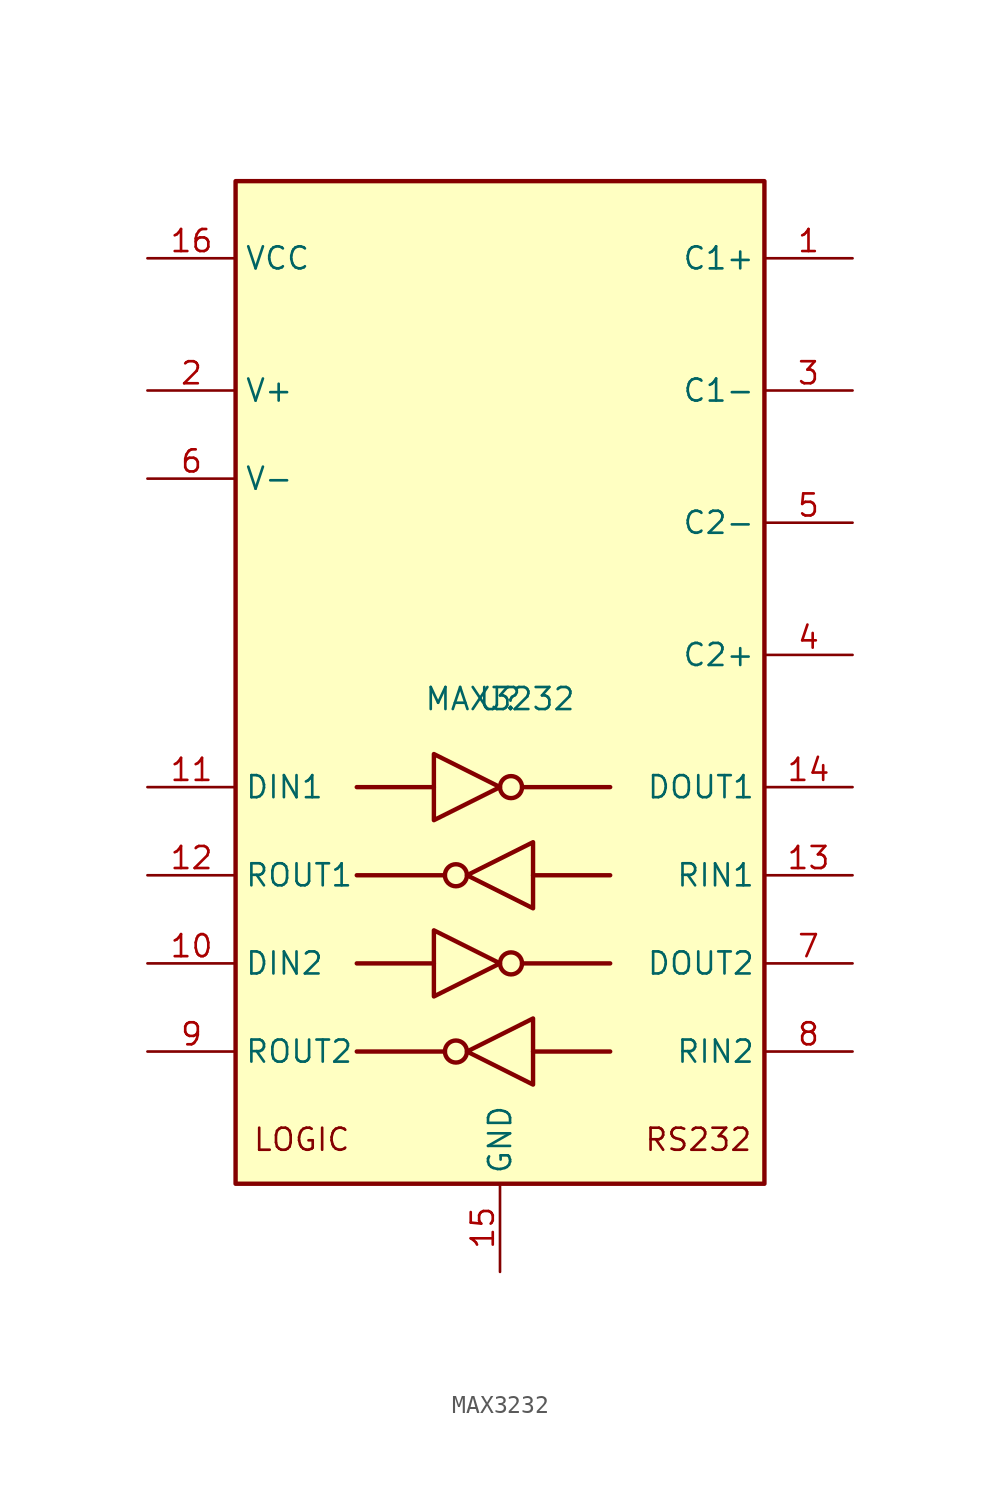
<source format=kicad_sym>
(kicad_symbol_lib
  (version 20211014)
  (generator kicad_symbol_editor)
  (symbol "MAX3232"
    (property "Reference" "U"
      (at 0 -2.54 0)
      (effects (font (size 1.27 1.27))))
    (property "Value" "MAX3232"
      (at 0 -2.54 0)
      (effects (font (size 1.27 1.27))))
    (symbol "MAX3232_0_0"
      (text "LOGIC" (at -11.43 -27.94 0) (effects (font (size 1.27 1.27))))
      (text "RS232" (at 11.43 -27.94 0) (effects (font (size 1.27 1.27)))))
    (symbol "MAX3232_0_1"
      (rectangle (start -15.24 27.305) (end 15.24 -30.48) (stroke (width 0.254) (type default) (color 0 0 0 0)) (fill (type background)))
      (circle (center -2.54 -22.86) (radius 0.635) (stroke (width 0.254) (type default) (color 0 0 0 0)) (fill (type none)))
      (circle (center -2.54 -12.7) (radius 0.635) (stroke (width 0.254) (type default) (color 0 0 0 0)) (fill (type none)))
      (polyline (pts (xy -3.81 -17.78) (xy -8.255 -17.78)) (stroke (width 0.254) (type default) (color 0 0 0 0)) (fill (type none)))
      (polyline (pts (xy -3.81 -7.62) (xy -8.255 -7.62)) (stroke (width 0.254) (type default) (color 0 0 0 0)) (fill (type none)))
      (polyline (pts (xy -3.175 -22.86) (xy -8.255 -22.86)) (stroke (width 0.254) (type default) (color 0 0 0 0)) (fill (type none)))
      (polyline (pts (xy -3.175 -12.7) (xy -8.255 -12.7)) (stroke (width 0.254) (type default) (color 0 0 0 0)) (fill (type none)))
      (polyline (pts (xy 1.27 -17.78) (xy 6.35 -17.78)) (stroke (width 0.254) (type default) (color 0 0 0 0)) (fill (type none)))
      (polyline (pts (xy 1.27 -7.62) (xy 6.35 -7.62)) (stroke (width 0.254) (type default) (color 0 0 0 0)) (fill (type none)))
      (polyline (pts (xy 1.905 -22.86) (xy 6.35 -22.86)) (stroke (width 0.254) (type default) (color 0 0 0 0)) (fill (type none)))
      (polyline (pts (xy 1.905 -12.7) (xy 6.35 -12.7)) (stroke (width 0.254) (type default) (color 0 0 0 0)) (fill (type none)))
      (polyline (pts (xy -3.81 -15.875) (xy -3.81 -19.685) (xy 0 -17.78) (xy -3.81 -15.875)) (stroke (width 0.254) (type default) (color 0 0 0 0)) (fill (type none)))
      (polyline (pts (xy -3.81 -5.715) (xy -3.81 -9.525) (xy 0 -7.62) (xy -3.81 -5.715)) (stroke (width 0.254) (type default) (color 0 0 0 0)) (fill (type none)))
      (polyline (pts (xy 1.905 -20.955) (xy 1.905 -24.765) (xy -1.905 -22.86) (xy 1.905 -20.955)) (stroke (width 0.254) (type default) (color 0 0 0 0)) (fill (type none)))
      (polyline (pts (xy 1.905 -10.795) (xy 1.905 -14.605) (xy -1.905 -12.7) (xy 1.905 -10.795)) (stroke (width 0.254) (type default) (color 0 0 0 0)) (fill (type none)))
      (circle (center 0.635 -17.78) (radius 0.635) (stroke (width 0.254) (type default) (color 0 0 0 0)) (fill (type none)))
      (circle (center 0.635 -7.62) (radius 0.635) (stroke (width 0.254) (type default) (color 0 0 0 0)) (fill (type none))))
    (symbol "MAX3232_1_1"
      (pin passive line (at 20.32 22.86 180) (length 5.08) (name "C1+" (effects (font (size 1.27 1.27)))) (number "1" (effects (font (size 1.27 1.27)))))
      (pin input line (at -20.32 -17.78 0) (length 5.08) (name "DIN2" (effects (font (size 1.27 1.27)))) (number "10" (effects (font (size 1.27 1.27)))))
      (pin input line (at -20.32 -7.62 0) (length 5.08) (name "DIN1" (effects (font (size 1.27 1.27)))) (number "11" (effects (font (size 1.27 1.27)))))
      (pin output line (at -20.32 -12.7 0) (length 5.08) (name "ROUT1" (effects (font (size 1.27 1.27)))) (number "12" (effects (font (size 1.27 1.27)))))
      (pin input line (at 20.32 -12.7 180) (length 5.08) (name "RIN1" (effects (font (size 1.27 1.27)))) (number "13" (effects (font (size 1.27 1.27)))))
      (pin output line (at 20.32 -7.62 180) (length 5.08) (name "DOUT1" (effects (font (size 1.27 1.27)))) (number "14" (effects (font (size 1.27 1.27)))))
      (pin power_in line (at 0 -35.56 90) (length 5.08) (name "GND" (effects (font (size 1.27 1.27)))) (number "15" (effects (font (size 1.27 1.27)))))
      (pin power_in line (at -20.32 22.86 0) (length 5.08) (name "VCC" (effects (font (size 1.27 1.27)))) (number "16" (effects (font (size 1.27 1.27)))))
      (pin power_out line (at -20.32 15.24 0) (length 5.08) (name "V+" (effects (font (size 1.27 1.27)))) (number "2" (effects (font (size 1.27 1.27)))))
      (pin passive line (at 20.32 15.24 180) (length 5.08) (name "C1-" (effects (font (size 1.27 1.27)))) (number "3" (effects (font (size 1.27 1.27)))))
      (pin passive line (at 20.32 0 180) (length 5.08) (name "C2+" (effects (font (size 1.27 1.27)))) (number "4" (effects (font (size 1.27 1.27)))))
      (pin passive line (at 20.32 7.62 180) (length 5.08) (name "C2-" (effects (font (size 1.27 1.27)))) (number "5" (effects (font (size 1.27 1.27)))))
      (pin power_out line (at -20.32 10.16 0) (length 5.08) (name "V-" (effects (font (size 1.27 1.27)))) (number "6" (effects (font (size 1.27 1.27)))))
      (pin output line (at 20.32 -17.78 180) (length 5.08) (name "DOUT2" (effects (font (size 1.27 1.27)))) (number "7" (effects (font (size 1.27 1.27)))))
      (pin input line (at 20.32 -22.86 180) (length 5.08) (name "RIN2" (effects (font (size 1.27 1.27)))) (number "8" (effects (font (size 1.27 1.27)))))
      (pin output line (at -20.32 -22.86 0) (length 5.08) (name "ROUT2" (effects (font (size 1.27 1.27)))) (number "9" (effects (font (size 1.27 1.27))))))))
</source>
